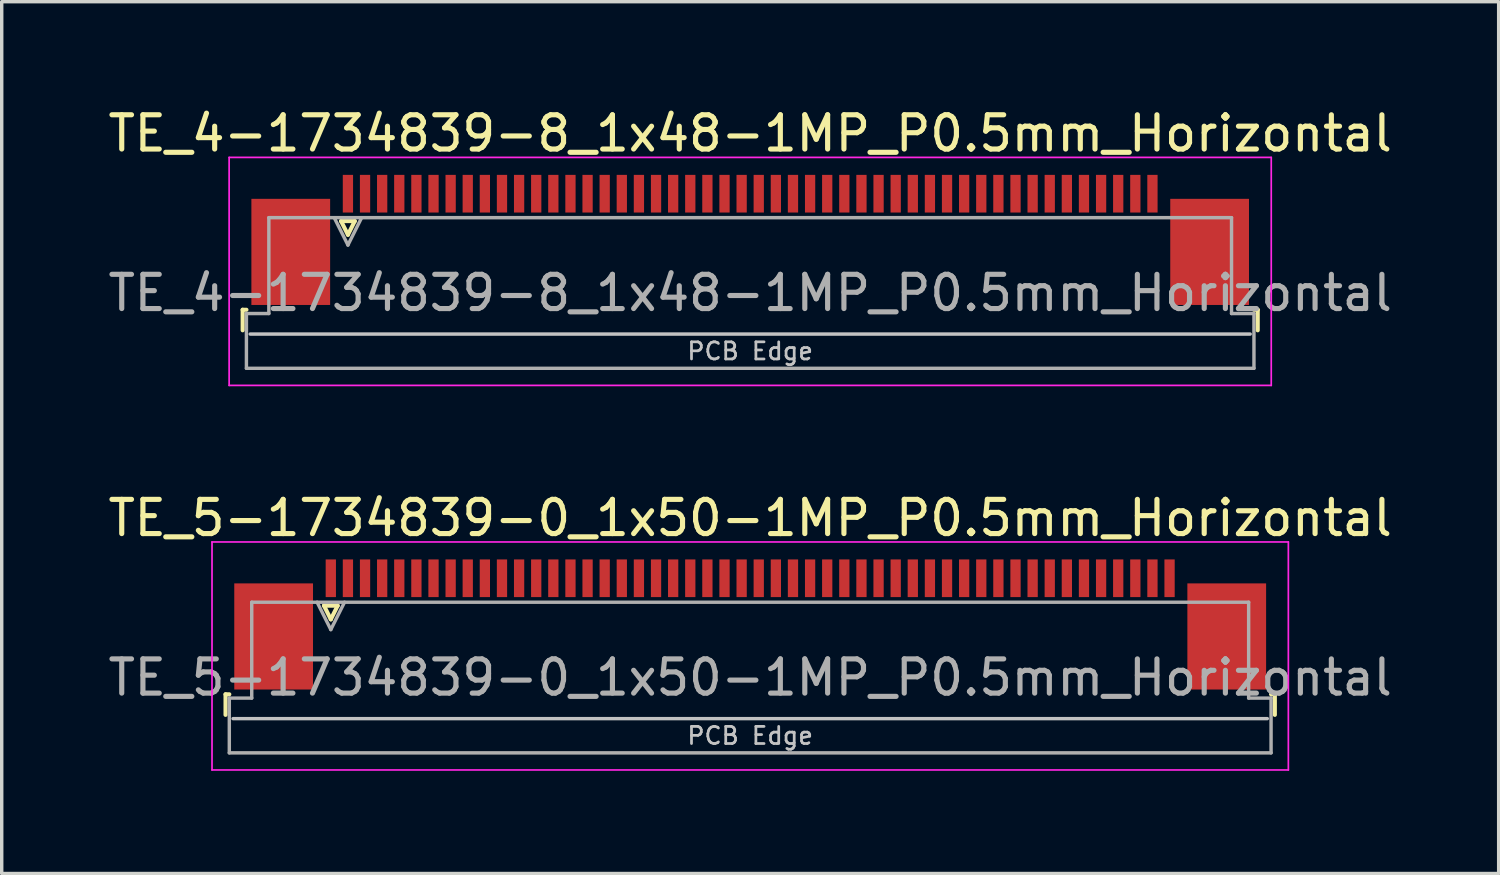
<source format=kicad_pcb>
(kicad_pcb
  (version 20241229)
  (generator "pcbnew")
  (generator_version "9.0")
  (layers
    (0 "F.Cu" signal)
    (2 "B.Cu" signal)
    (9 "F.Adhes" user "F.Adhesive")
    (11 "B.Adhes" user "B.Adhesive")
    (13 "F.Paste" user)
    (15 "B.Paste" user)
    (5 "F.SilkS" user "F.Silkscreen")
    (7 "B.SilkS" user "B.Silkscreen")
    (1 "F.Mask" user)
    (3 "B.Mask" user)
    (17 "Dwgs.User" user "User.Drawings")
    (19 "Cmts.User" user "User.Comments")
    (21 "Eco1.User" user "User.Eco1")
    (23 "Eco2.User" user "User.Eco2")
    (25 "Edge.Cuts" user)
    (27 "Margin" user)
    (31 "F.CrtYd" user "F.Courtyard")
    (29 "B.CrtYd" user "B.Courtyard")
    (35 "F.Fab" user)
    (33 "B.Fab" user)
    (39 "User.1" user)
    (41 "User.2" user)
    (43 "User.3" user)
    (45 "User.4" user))
  (footprint "TE_5-1734839-0_1x50-1MP_P0.5mm_Horizontal"
    (layer "F.Cu")
    (at 18.863 15.191)
    (property "Reference" "TE_5-1734839-0_1x50-1MP_P0.5mm_Horizontal" (at 0 -3.11 0) (layer "F.SilkS") (effects (font (size 1 1) (thickness 0.15))))
    (attr smd)
    (fp_line (start -15.325 2.04) (end -15.325 2.64) (stroke (width 0.12) (type solid)) (layer "F.SilkS"))
    (fp_line (start -15.215 2.04) (end -15.325 2.04) (stroke (width 0.12) (type solid)) (layer "F.SilkS"))
    (fp_line (start -12.45 -0.55) (end -12.25 -0.15) (stroke (width 0.12) (type solid)) (layer "F.SilkS"))
    (fp_line (start -12.25 -0.15) (end -12.05 -0.55) (stroke (width 0.12) (type solid)) (layer "F.SilkS"))
    (fp_line (start -12.05 -0.55) (end -12.45 -0.55) (stroke (width 0.12) (type solid)) (layer "F.SilkS"))
    (fp_line (start 15.215 2.04) (end 15.325 2.04) (stroke (width 0.12) (type solid)) (layer "F.SilkS"))
    (fp_line (start 15.325 2.04) (end 15.325 2.64) (stroke (width 0.12) (type solid)) (layer "F.SilkS"))
    (fp_line (start 15.105 2.75) (end -15.105 2.75) (stroke (width 0.1) (type solid)) (layer "Dwgs.User"))
    (fp_line (start -15.72 -2.41) (end -15.72 4.25) (stroke (width 0.05) (type solid)) (layer "F.CrtYd"))
    (fp_line (start -15.72 4.25) (end 15.72 4.25) (stroke (width 0.05) (type solid)) (layer "F.CrtYd"))
    (fp_line (start 15.72 -2.41) (end -15.72 -2.41) (stroke (width 0.05) (type solid)) (layer "F.CrtYd"))
    (fp_line (start 15.72 4.25) (end 15.72 -2.41) (stroke (width 0.05) (type solid)) (layer "F.CrtYd"))
    (fp_line (start -15.215 2.15) (end -14.56 2.15) (stroke (width 0.1) (type solid)) (layer "F.Fab"))
    (fp_line (start -15.215 3.75) (end -15.215 2.15) (stroke (width 0.1) (type solid)) (layer "F.Fab"))
    (fp_line (start -14.56 -0.65) (end 14.56 -0.65) (stroke (width 0.1) (type solid)) (layer "F.Fab"))
    (fp_line (start -14.56 2.15) (end -14.56 -0.65) (stroke (width 0.1) (type solid)) (layer "F.Fab"))
    (fp_line (start -12.65 -0.65) (end -12.25 0.15) (stroke (width 0.1) (type solid)) (layer "F.Fab"))
    (fp_line (start -12.25 0.15) (end -11.85 -0.65) (stroke (width 0.1) (type solid)) (layer "F.Fab"))
    (fp_line (start 14.56 -0.65) (end 14.56 2.15) (stroke (width 0.1) (type solid)) (layer "F.Fab"))
    (fp_line (start 14.56 2.15) (end 15.215 2.15) (stroke (width 0.1) (type solid)) (layer "F.Fab"))
    (fp_line (start 15.215 2.15) (end 15.215 3.75) (stroke (width 0.1) (type solid)) (layer "F.Fab"))
    (fp_line (start 15.215 3.75) (end -15.215 3.75) (stroke (width 0.1) (type solid)) (layer "F.Fab"))
    (fp_text user "PCB Edge" (at 0 3.25 0) (layer "Dwgs.User") (effects (font (size 0.5 0.5) (thickness 0.08))))
    (fp_text user "${REFERENCE}" (at 0 1.55 0) (layer "F.Fab") (effects (font (size 1 1) (thickness 0.15))))
    (pad "1" smd rect (at -12.25 -1.35) (size 0.3 1.1) (layers "F.Cu" "F.Mask" "F.Paste"))
    (pad "2" smd rect (at -11.75 -1.35) (size 0.3 1.1) (layers "F.Cu" "F.Mask" "F.Paste"))
    (pad "3" smd rect (at -11.25 -1.35) (size 0.3 1.1) (layers "F.Cu" "F.Mask" "F.Paste"))
    (pad "4" smd rect (at -10.75 -1.35) (size 0.3 1.1) (layers "F.Cu" "F.Mask" "F.Paste"))
    (pad "5" smd rect (at -10.25 -1.35) (size 0.3 1.1) (layers "F.Cu" "F.Mask" "F.Paste"))
    (pad "6" smd rect (at -9.75 -1.35) (size 0.3 1.1) (layers "F.Cu" "F.Mask" "F.Paste"))
    (pad "7" smd rect (at -9.25 -1.35) (size 0.3 1.1) (layers "F.Cu" "F.Mask" "F.Paste"))
    (pad "8" smd rect (at -8.75 -1.35) (size 0.3 1.1) (layers "F.Cu" "F.Mask" "F.Paste"))
    (pad "9" smd rect (at -8.25 -1.35) (size 0.3 1.1) (layers "F.Cu" "F.Mask" "F.Paste"))
    (pad "10" smd rect (at -7.75 -1.35) (size 0.3 1.1) (layers "F.Cu" "F.Mask" "F.Paste"))
    (pad "11" smd rect (at -7.25 -1.35) (size 0.3 1.1) (layers "F.Cu" "F.Mask" "F.Paste"))
    (pad "12" smd rect (at -6.75 -1.35) (size 0.3 1.1) (layers "F.Cu" "F.Mask" "F.Paste"))
    (pad "13" smd rect (at -6.25 -1.35) (size 0.3 1.1) (layers "F.Cu" "F.Mask" "F.Paste"))
    (pad "14" smd rect (at -5.75 -1.35) (size 0.3 1.1) (layers "F.Cu" "F.Mask" "F.Paste"))
    (pad "15" smd rect (at -5.25 -1.35) (size 0.3 1.1) (layers "F.Cu" "F.Mask" "F.Paste"))
    (pad "16" smd rect (at -4.75 -1.35) (size 0.3 1.1) (layers "F.Cu" "F.Mask" "F.Paste"))
    (pad "17" smd rect (at -4.25 -1.35) (size 0.3 1.1) (layers "F.Cu" "F.Mask" "F.Paste"))
    (pad "18" smd rect (at -3.75 -1.35) (size 0.3 1.1) (layers "F.Cu" "F.Mask" "F.Paste"))
    (pad "19" smd rect (at -3.25 -1.35) (size 0.3 1.1) (layers "F.Cu" "F.Mask" "F.Paste"))
    (pad "20" smd rect (at -2.75 -1.35) (size 0.3 1.1) (layers "F.Cu" "F.Mask" "F.Paste"))
    (pad "21" smd rect (at -2.25 -1.35) (size 0.3 1.1) (layers "F.Cu" "F.Mask" "F.Paste"))
    (pad "22" smd rect (at -1.75 -1.35) (size 0.3 1.1) (layers "F.Cu" "F.Mask" "F.Paste"))
    (pad "23" smd rect (at -1.25 -1.35) (size 0.3 1.1) (layers "F.Cu" "F.Mask" "F.Paste"))
    (pad "24" smd rect (at -0.75 -1.35) (size 0.3 1.1) (layers "F.Cu" "F.Mask" "F.Paste"))
    (pad "25" smd rect (at -0.25 -1.35) (size 0.3 1.1) (layers "F.Cu" "F.Mask" "F.Paste"))
    (pad "26" smd rect (at 0.25 -1.35) (size 0.3 1.1) (layers "F.Cu" "F.Mask" "F.Paste"))
    (pad "27" smd rect (at 0.75 -1.35) (size 0.3 1.1) (layers "F.Cu" "F.Mask" "F.Paste"))
    (pad "28" smd rect (at 1.25 -1.35) (size 0.3 1.1) (layers "F.Cu" "F.Mask" "F.Paste"))
    (pad "29" smd rect (at 1.75 -1.35) (size 0.3 1.1) (layers "F.Cu" "F.Mask" "F.Paste"))
    (pad "30" smd rect (at 2.25 -1.35) (size 0.3 1.1) (layers "F.Cu" "F.Mask" "F.Paste"))
    (pad "31" smd rect (at 2.75 -1.35) (size 0.3 1.1) (layers "F.Cu" "F.Mask" "F.Paste"))
    (pad "32" smd rect (at 3.25 -1.35) (size 0.3 1.1) (layers "F.Cu" "F.Mask" "F.Paste"))
    (pad "33" smd rect (at 3.75 -1.35) (size 0.3 1.1) (layers "F.Cu" "F.Mask" "F.Paste"))
    (pad "34" smd rect (at 4.25 -1.35) (size 0.3 1.1) (layers "F.Cu" "F.Mask" "F.Paste"))
    (pad "35" smd rect (at 4.75 -1.35) (size 0.3 1.1) (layers "F.Cu" "F.Mask" "F.Paste"))
    (pad "36" smd rect (at 5.25 -1.35) (size 0.3 1.1) (layers "F.Cu" "F.Mask" "F.Paste"))
    (pad "37" smd rect (at 5.75 -1.35) (size 0.3 1.1) (layers "F.Cu" "F.Mask" "F.Paste"))
    (pad "38" smd rect (at 6.25 -1.35) (size 0.3 1.1) (layers "F.Cu" "F.Mask" "F.Paste"))
    (pad "39" smd rect (at 6.75 -1.35) (size 0.3 1.1) (layers "F.Cu" "F.Mask" "F.Paste"))
    (pad "40" smd rect (at 7.25 -1.35) (size 0.3 1.1) (layers "F.Cu" "F.Mask" "F.Paste"))
    (pad "41" smd rect (at 7.75 -1.35) (size 0.3 1.1) (layers "F.Cu" "F.Mask" "F.Paste"))
    (pad "42" smd rect (at 8.25 -1.35) (size 0.3 1.1) (layers "F.Cu" "F.Mask" "F.Paste"))
    (pad "43" smd rect (at 8.75 -1.35) (size 0.3 1.1) (layers "F.Cu" "F.Mask" "F.Paste"))
    (pad "44" smd rect (at 9.25 -1.35) (size 0.3 1.1) (layers "F.Cu" "F.Mask" "F.Paste"))
    (pad "45" smd rect (at 9.75 -1.35) (size 0.3 1.1) (layers "F.Cu" "F.Mask" "F.Paste"))
    (pad "46" smd rect (at 10.25 -1.35) (size 0.3 1.1) (layers "F.Cu" "F.Mask" "F.Paste"))
    (pad "47" smd rect (at 10.75 -1.35) (size 0.3 1.1) (layers "F.Cu" "F.Mask" "F.Paste"))
    (pad "48" smd rect (at 11.25 -1.35) (size 0.3 1.1) (layers "F.Cu" "F.Mask" "F.Paste"))
    (pad "49" smd rect (at 11.75 -1.35) (size 0.3 1.1) (layers "F.Cu" "F.Mask" "F.Paste"))
    (pad "50" smd rect (at 12.25 -1.35) (size 0.3 1.1) (layers "F.Cu" "F.Mask" "F.Paste"))
    (pad "MP" smd rect (at -13.92 0.35) (size 2.3 3.1) (layers "F.Cu" "F.Mask" "F.Paste"))
    (pad "MP" smd rect (at 13.92 0.35) (size 2.3 3.1) (layers "F.Cu" "F.Mask" "F.Paste")))
  (footprint "TE_4-1734839-8_1x48-1MP_P0.5mm_Horizontal"
    (layer "F.Cu")
    (at 18.863 3.958)
    (property "Reference" "TE_4-1734839-8_1x48-1MP_P0.5mm_Horizontal" (at 0 -3.11 0) (layer "F.SilkS") (effects (font (size 1 1) (thickness 0.15))))
    (attr smd)
    (fp_line (start -14.825 2.04) (end -14.825 2.64) (stroke (width 0.12) (type solid)) (layer "F.SilkS"))
    (fp_line (start -14.715 2.04) (end -14.825 2.04) (stroke (width 0.12) (type solid)) (layer "F.SilkS"))
    (fp_line (start -11.95 -0.55) (end -11.75 -0.15) (stroke (width 0.12) (type solid)) (layer "F.SilkS"))
    (fp_line (start -11.75 -0.15) (end -11.55 -0.55) (stroke (width 0.12) (type solid)) (layer "F.SilkS"))
    (fp_line (start -11.55 -0.55) (end -11.95 -0.55) (stroke (width 0.12) (type solid)) (layer "F.SilkS"))
    (fp_line (start 14.715 2.04) (end 14.825 2.04) (stroke (width 0.12) (type solid)) (layer "F.SilkS"))
    (fp_line (start 14.825 2.04) (end 14.825 2.64) (stroke (width 0.12) (type solid)) (layer "F.SilkS"))
    (fp_line (start 14.605 2.75) (end -14.605 2.75) (stroke (width 0.1) (type solid)) (layer "Dwgs.User"))
    (fp_line (start -15.22 -2.41) (end -15.22 4.25) (stroke (width 0.05) (type solid)) (layer "F.CrtYd"))
    (fp_line (start -15.22 4.25) (end 15.22 4.25) (stroke (width 0.05) (type solid)) (layer "F.CrtYd"))
    (fp_line (start 15.22 -2.41) (end -15.22 -2.41) (stroke (width 0.05) (type solid)) (layer "F.CrtYd"))
    (fp_line (start 15.22 4.25) (end 15.22 -2.41) (stroke (width 0.05) (type solid)) (layer "F.CrtYd"))
    (fp_line (start -14.715 2.15) (end -14.06 2.15) (stroke (width 0.1) (type solid)) (layer "F.Fab"))
    (fp_line (start -14.715 3.75) (end -14.715 2.15) (stroke (width 0.1) (type solid)) (layer "F.Fab"))
    (fp_line (start -14.06 -0.65) (end 14.06 -0.65) (stroke (width 0.1) (type solid)) (layer "F.Fab"))
    (fp_line (start -14.06 2.15) (end -14.06 -0.65) (stroke (width 0.1) (type solid)) (layer "F.Fab"))
    (fp_line (start -12.15 -0.65) (end -11.75 0.15) (stroke (width 0.1) (type solid)) (layer "F.Fab"))
    (fp_line (start -11.75 0.15) (end -11.35 -0.65) (stroke (width 0.1) (type solid)) (layer "F.Fab"))
    (fp_line (start 14.06 -0.65) (end 14.06 2.15) (stroke (width 0.1) (type solid)) (layer "F.Fab"))
    (fp_line (start 14.06 2.15) (end 14.715 2.15) (stroke (width 0.1) (type solid)) (layer "F.Fab"))
    (fp_line (start 14.715 2.15) (end 14.715 3.75) (stroke (width 0.1) (type solid)) (layer "F.Fab"))
    (fp_line (start 14.715 3.75) (end -14.715 3.75) (stroke (width 0.1) (type solid)) (layer "F.Fab"))
    (fp_text user "PCB Edge" (at 0 3.25 0) (layer "Dwgs.User") (effects (font (size 0.5 0.5) (thickness 0.08))))
    (fp_text user "${REFERENCE}" (at 0 1.55 0) (layer "F.Fab") (effects (font (size 1 1) (thickness 0.15))))
    (pad "1" smd rect (at -11.75 -1.35) (size 0.3 1.1) (layers "F.Cu" "F.Mask" "F.Paste"))
    (pad "2" smd rect (at -11.25 -1.35) (size 0.3 1.1) (layers "F.Cu" "F.Mask" "F.Paste"))
    (pad "3" smd rect (at -10.75 -1.35) (size 0.3 1.1) (layers "F.Cu" "F.Mask" "F.Paste"))
    (pad "4" smd rect (at -10.25 -1.35) (size 0.3 1.1) (layers "F.Cu" "F.Mask" "F.Paste"))
    (pad "5" smd rect (at -9.75 -1.35) (size 0.3 1.1) (layers "F.Cu" "F.Mask" "F.Paste"))
    (pad "6" smd rect (at -9.25 -1.35) (size 0.3 1.1) (layers "F.Cu" "F.Mask" "F.Paste"))
    (pad "7" smd rect (at -8.75 -1.35) (size 0.3 1.1) (layers "F.Cu" "F.Mask" "F.Paste"))
    (pad "8" smd rect (at -8.25 -1.35) (size 0.3 1.1) (layers "F.Cu" "F.Mask" "F.Paste"))
    (pad "9" smd rect (at -7.75 -1.35) (size 0.3 1.1) (layers "F.Cu" "F.Mask" "F.Paste"))
    (pad "10" smd rect (at -7.25 -1.35) (size 0.3 1.1) (layers "F.Cu" "F.Mask" "F.Paste"))
    (pad "11" smd rect (at -6.75 -1.35) (size 0.3 1.1) (layers "F.Cu" "F.Mask" "F.Paste"))
    (pad "12" smd rect (at -6.25 -1.35) (size 0.3 1.1) (layers "F.Cu" "F.Mask" "F.Paste"))
    (pad "13" smd rect (at -5.75 -1.35) (size 0.3 1.1) (layers "F.Cu" "F.Mask" "F.Paste"))
    (pad "14" smd rect (at -5.25 -1.35) (size 0.3 1.1) (layers "F.Cu" "F.Mask" "F.Paste"))
    (pad "15" smd rect (at -4.75 -1.35) (size 0.3 1.1) (layers "F.Cu" "F.Mask" "F.Paste"))
    (pad "16" smd rect (at -4.25 -1.35) (size 0.3 1.1) (layers "F.Cu" "F.Mask" "F.Paste"))
    (pad "17" smd rect (at -3.75 -1.35) (size 0.3 1.1) (layers "F.Cu" "F.Mask" "F.Paste"))
    (pad "18" smd rect (at -3.25 -1.35) (size 0.3 1.1) (layers "F.Cu" "F.Mask" "F.Paste"))
    (pad "19" smd rect (at -2.75 -1.35) (size 0.3 1.1) (layers "F.Cu" "F.Mask" "F.Paste"))
    (pad "20" smd rect (at -2.25 -1.35) (size 0.3 1.1) (layers "F.Cu" "F.Mask" "F.Paste"))
    (pad "21" smd rect (at -1.75 -1.35) (size 0.3 1.1) (layers "F.Cu" "F.Mask" "F.Paste"))
    (pad "22" smd rect (at -1.25 -1.35) (size 0.3 1.1) (layers "F.Cu" "F.Mask" "F.Paste"))
    (pad "23" smd rect (at -0.75 -1.35) (size 0.3 1.1) (layers "F.Cu" "F.Mask" "F.Paste"))
    (pad "24" smd rect (at -0.25 -1.35) (size 0.3 1.1) (layers "F.Cu" "F.Mask" "F.Paste"))
    (pad "25" smd rect (at 0.25 -1.35) (size 0.3 1.1) (layers "F.Cu" "F.Mask" "F.Paste"))
    (pad "26" smd rect (at 0.75 -1.35) (size 0.3 1.1) (layers "F.Cu" "F.Mask" "F.Paste"))
    (pad "27" smd rect (at 1.25 -1.35) (size 0.3 1.1) (layers "F.Cu" "F.Mask" "F.Paste"))
    (pad "28" smd rect (at 1.75 -1.35) (size 0.3 1.1) (layers "F.Cu" "F.Mask" "F.Paste"))
    (pad "29" smd rect (at 2.25 -1.35) (size 0.3 1.1) (layers "F.Cu" "F.Mask" "F.Paste"))
    (pad "30" smd rect (at 2.75 -1.35) (size 0.3 1.1) (layers "F.Cu" "F.Mask" "F.Paste"))
    (pad "31" smd rect (at 3.25 -1.35) (size 0.3 1.1) (layers "F.Cu" "F.Mask" "F.Paste"))
    (pad "32" smd rect (at 3.75 -1.35) (size 0.3 1.1) (layers "F.Cu" "F.Mask" "F.Paste"))
    (pad "33" smd rect (at 4.25 -1.35) (size 0.3 1.1) (layers "F.Cu" "F.Mask" "F.Paste"))
    (pad "34" smd rect (at 4.75 -1.35) (size 0.3 1.1) (layers "F.Cu" "F.Mask" "F.Paste"))
    (pad "35" smd rect (at 5.25 -1.35) (size 0.3 1.1) (layers "F.Cu" "F.Mask" "F.Paste"))
    (pad "36" smd rect (at 5.75 -1.35) (size 0.3 1.1) (layers "F.Cu" "F.Mask" "F.Paste"))
    (pad "37" smd rect (at 6.25 -1.35) (size 0.3 1.1) (layers "F.Cu" "F.Mask" "F.Paste"))
    (pad "38" smd rect (at 6.75 -1.35) (size 0.3 1.1) (layers "F.Cu" "F.Mask" "F.Paste"))
    (pad "39" smd rect (at 7.25 -1.35) (size 0.3 1.1) (layers "F.Cu" "F.Mask" "F.Paste"))
    (pad "40" smd rect (at 7.75 -1.35) (size 0.3 1.1) (layers "F.Cu" "F.Mask" "F.Paste"))
    (pad "41" smd rect (at 8.25 -1.35) (size 0.3 1.1) (layers "F.Cu" "F.Mask" "F.Paste"))
    (pad "42" smd rect (at 8.75 -1.35) (size 0.3 1.1) (layers "F.Cu" "F.Mask" "F.Paste"))
    (pad "43" smd rect (at 9.25 -1.35) (size 0.3 1.1) (layers "F.Cu" "F.Mask" "F.Paste"))
    (pad "44" smd rect (at 9.75 -1.35) (size 0.3 1.1) (layers "F.Cu" "F.Mask" "F.Paste"))
    (pad "45" smd rect (at 10.25 -1.35) (size 0.3 1.1) (layers "F.Cu" "F.Mask" "F.Paste"))
    (pad "46" smd rect (at 10.75 -1.35) (size 0.3 1.1) (layers "F.Cu" "F.Mask" "F.Paste"))
    (pad "47" smd rect (at 11.25 -1.35) (size 0.3 1.1) (layers "F.Cu" "F.Mask" "F.Paste"))
    (pad "48" smd rect (at 11.75 -1.35) (size 0.3 1.1) (layers "F.Cu" "F.Mask" "F.Paste"))
    (pad "MP" smd rect (at -13.42 0.35) (size 2.3 3.1) (layers "F.Cu" "F.Mask" "F.Paste"))
    (pad "MP" smd rect (at 13.42 0.35) (size 2.3 3.1) (layers "F.Cu" "F.Mask" "F.Paste")))
  (gr_rect
    (start -3 -3)
    (end 40.726 22.466)
    (stroke (width 0.1) (type default))
    (fill no)
    (layer "Edge.Cuts")))
</source>
